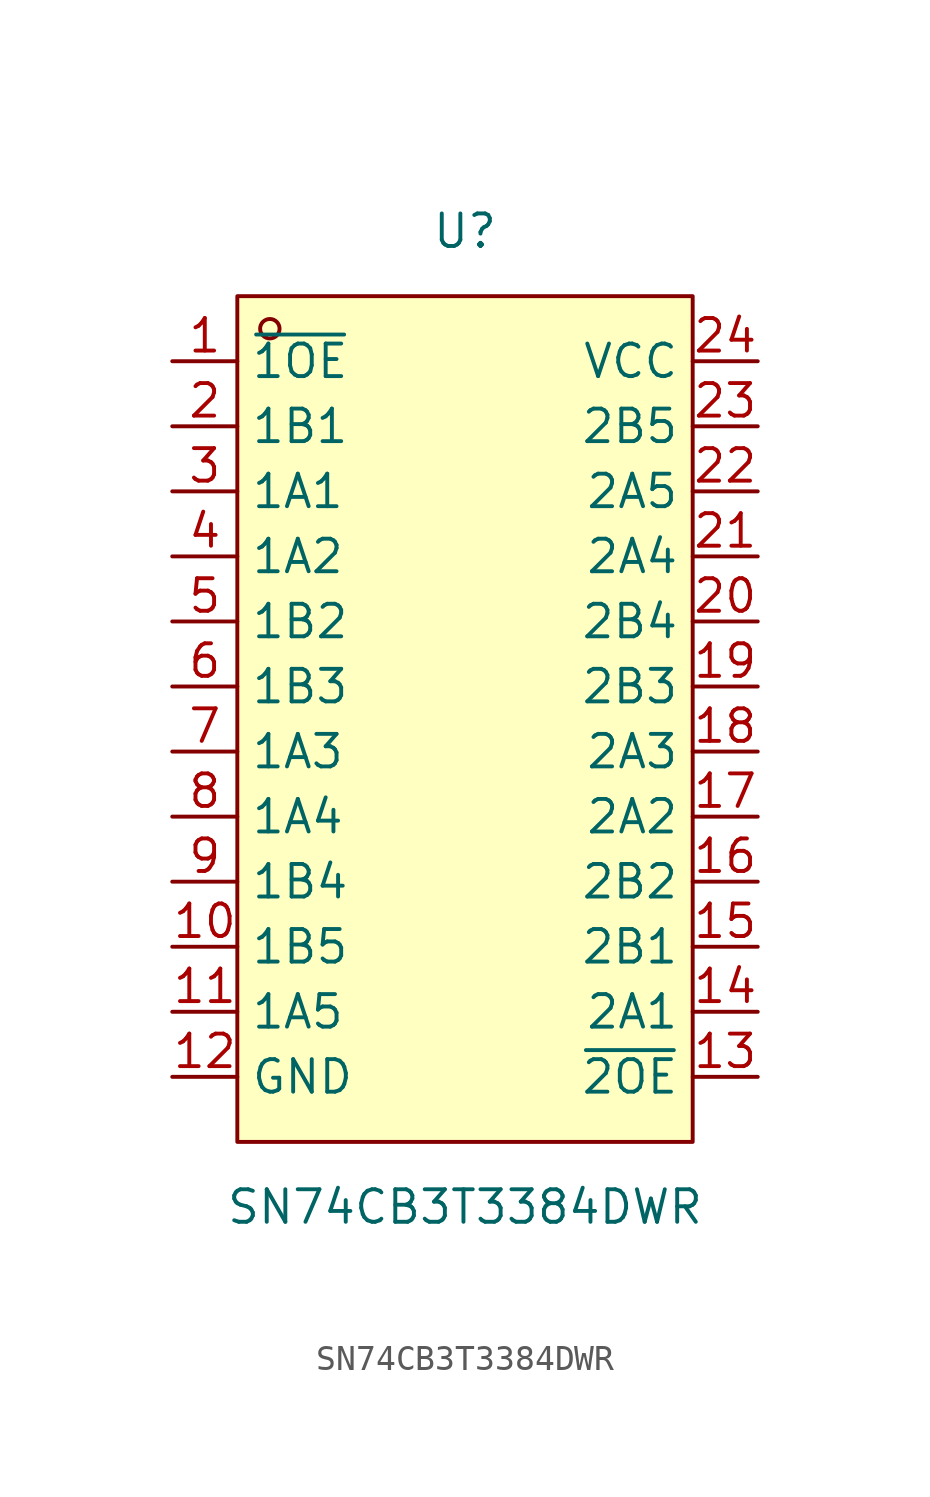
<source format=kicad_sym>
(kicad_symbol_lib
  (version 20211014)
  (generator https://github.com/uPesy/easyeda2kicad.py)
  (symbol "SN74CB3T3384DWR"
    (property "Reference" "U"
      (at 0 19.05 0)
      (effects (font (size 1.27 1.27))))
    (property "Value" "SN74CB3T3384DWR"
      (at 0 -19.05 0)
      (effects (font (size 1.27 1.27))))
    (symbol "SN74CB3T3384DWR_0_1"
      (rectangle (start -8.89 16.51) (end 8.89 -16.51) (stroke (width 0) (type default) (color 0 0 0 0)) (fill (type background)))
      (circle (center -7.62 15.24) (radius 0.38) (stroke (width 0) (type default) (color 0 0 0 0)) (fill (type none)))
      (pin unspecified line (at -11.43 13.97 0) (length 2.54) (name "~{1OE}" (effects (font (size 1.27 1.27)))) (number "1" (effects (font (size 1.27 1.27)))))
      (pin unspecified line (at -11.43 11.43 0) (length 2.54) (name "1B1" (effects (font (size 1.27 1.27)))) (number "2" (effects (font (size 1.27 1.27)))))
      (pin unspecified line (at -11.43 8.89 0) (length 2.54) (name "1A1" (effects (font (size 1.27 1.27)))) (number "3" (effects (font (size 1.27 1.27)))))
      (pin unspecified line (at -11.43 6.35 0) (length 2.54) (name "1A2" (effects (font (size 1.27 1.27)))) (number "4" (effects (font (size 1.27 1.27)))))
      (pin unspecified line (at -11.43 3.81 0) (length 2.54) (name "1B2" (effects (font (size 1.27 1.27)))) (number "5" (effects (font (size 1.27 1.27)))))
      (pin unspecified line (at -11.43 1.27 0) (length 2.54) (name "1B3" (effects (font (size 1.27 1.27)))) (number "6" (effects (font (size 1.27 1.27)))))
      (pin unspecified line (at -11.43 -1.27 0) (length 2.54) (name "1A3" (effects (font (size 1.27 1.27)))) (number "7" (effects (font (size 1.27 1.27)))))
      (pin unspecified line (at -11.43 -3.81 0) (length 2.54) (name "1A4" (effects (font (size 1.27 1.27)))) (number "8" (effects (font (size 1.27 1.27)))))
      (pin unspecified line (at -11.43 -6.35 0) (length 2.54) (name "1B4" (effects (font (size 1.27 1.27)))) (number "9" (effects (font (size 1.27 1.27)))))
      (pin unspecified line (at -11.43 -8.89 0) (length 2.54) (name "1B5" (effects (font (size 1.27 1.27)))) (number "10" (effects (font (size 1.27 1.27)))))
      (pin unspecified line (at -11.43 -11.43 0) (length 2.54) (name "1A5" (effects (font (size 1.27 1.27)))) (number "11" (effects (font (size 1.27 1.27)))))
      (pin unspecified line (at -11.43 -13.97 0) (length 2.54) (name "GND" (effects (font (size 1.27 1.27)))) (number "12" (effects (font (size 1.27 1.27)))))
      (pin unspecified line (at 11.43 -13.97 180) (length 2.54) (name "~{2OE}" (effects (font (size 1.27 1.27)))) (number "13" (effects (font (size 1.27 1.27)))))
      (pin unspecified line (at 11.43 -11.43 180) (length 2.54) (name "2A1" (effects (font (size 1.27 1.27)))) (number "14" (effects (font (size 1.27 1.27)))))
      (pin unspecified line (at 11.43 -8.89 180) (length 2.54) (name "2B1" (effects (font (size 1.27 1.27)))) (number "15" (effects (font (size 1.27 1.27)))))
      (pin unspecified line (at 11.43 -6.35 180) (length 2.54) (name "2B2" (effects (font (size 1.27 1.27)))) (number "16" (effects (font (size 1.27 1.27)))))
      (pin unspecified line (at 11.43 -3.81 180) (length 2.54) (name "2A2" (effects (font (size 1.27 1.27)))) (number "17" (effects (font (size 1.27 1.27)))))
      (pin unspecified line (at 11.43 -1.27 180) (length 2.54) (name "2A3" (effects (font (size 1.27 1.27)))) (number "18" (effects (font (size 1.27 1.27)))))
      (pin unspecified line (at 11.43 1.27 180) (length 2.54) (name "2B3" (effects (font (size 1.27 1.27)))) (number "19" (effects (font (size 1.27 1.27)))))
      (pin unspecified line (at 11.43 3.81 180) (length 2.54) (name "2B4" (effects (font (size 1.27 1.27)))) (number "20" (effects (font (size 1.27 1.27)))))
      (pin unspecified line (at 11.43 6.35 180) (length 2.54) (name "2A4" (effects (font (size 1.27 1.27)))) (number "21" (effects (font (size 1.27 1.27)))))
      (pin unspecified line (at 11.43 8.89 180) (length 2.54) (name "2A5" (effects (font (size 1.27 1.27)))) (number "22" (effects (font (size 1.27 1.27)))))
      (pin unspecified line (at 11.43 11.43 180) (length 2.54) (name "2B5" (effects (font (size 1.27 1.27)))) (number "23" (effects (font (size 1.27 1.27)))))
      (pin unspecified line (at 11.43 13.97 180) (length 2.54) (name "VCC" (effects (font (size 1.27 1.27)))) (number "24" (effects (font (size 1.27 1.27))))))))
</source>
